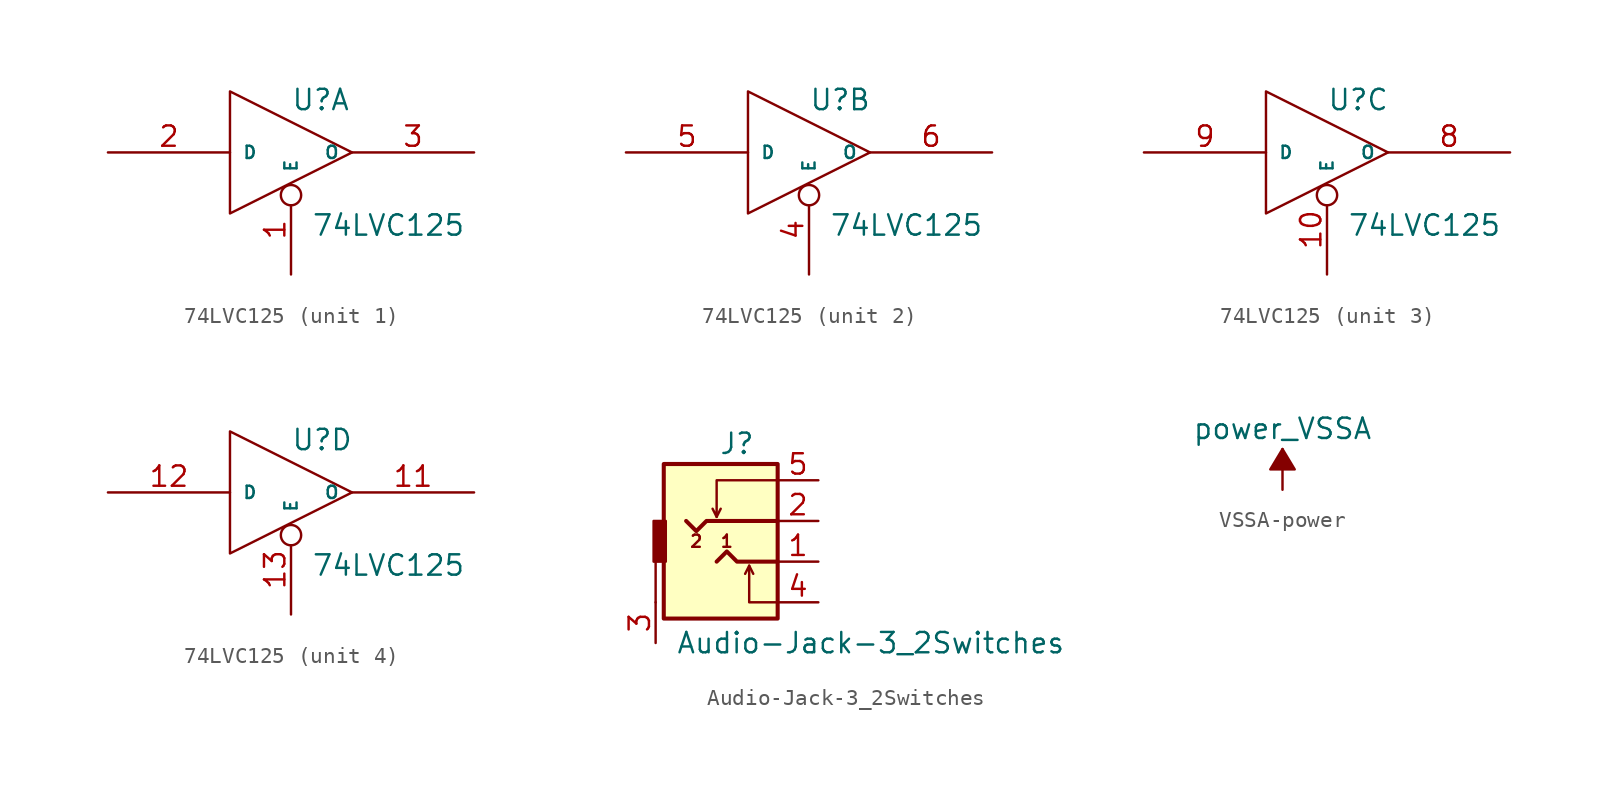
<source format=kicad_sym>
(kicad_symbol_lib
  (version 20231120)
  (generator "kicad_symbol_editor")
  (generator_version "8.0")
  (symbol "74LVC125"
    (pin_names
      (offset 0.762))
    (property "Reference" "U"
      (at 0 2.54 0)
      (effects (font (size 1.27 1.27)) (justify left bottom)))
    (property "Value" "74LVC125"
      (at 1.27 -3.81 0)
      (effects (font (size 1.27 1.27)) (justify left top)))
    (symbol "74LVC125_0_0"
      (pin power_in line (at -3.81 3.81 270) (length 0) hide (name "VCC" (effects (font (size 0.762 0.762)))) (number "14" (effects (font (size 1.27 1.27)))))
      (pin power_in line (at -3.81 -3.81 90) (length 0) hide (name "GND" (effects (font (size 0.762 0.762)))) (number "7" (effects (font (size 1.27 1.27))))))
    (symbol "74LVC125_0_1"
      (polyline (pts (xy -3.81 3.81) (xy -3.81 -3.81) (xy 3.81 0) (xy -3.81 3.81)) (stroke (width 0) (type solid)) (fill (type none))))
    (symbol "74LVC125_1_0"
      (pin input inverted (at 0 -7.62 90) (length 5.588) (name "E" (effects (font (size 0.762 0.762)))) (number "1" (effects (font (size 1.27 1.27))))))
    (symbol "74LVC125_1_1"
      (pin input line (at -11.43 0 0) (length 7.62) (name "D" (effects (font (size 0.762 0.762)))) (number "2" (effects (font (size 1.27 1.27)))))
      (pin tri_state line (at 11.43 0 180) (length 7.62) (name "O" (effects (font (size 0.762 0.762)))) (number "3" (effects (font (size 1.27 1.27))))))
    (symbol "74LVC125_2_0"
      (pin input inverted (at 0 -7.62 90) (length 5.588) (name "E" (effects (font (size 0.762 0.762)))) (number "4" (effects (font (size 1.27 1.27))))))
    (symbol "74LVC125_2_1"
      (pin input line (at -11.43 0 0) (length 7.62) (name "D" (effects (font (size 0.762 0.762)))) (number "5" (effects (font (size 1.27 1.27)))))
      (pin tri_state line (at 11.43 0 180) (length 7.62) (name "O" (effects (font (size 0.762 0.762)))) (number "6" (effects (font (size 1.27 1.27))))))
    (symbol "74LVC125_3_0"
      (pin input inverted (at 0 -7.62 90) (length 5.588) (name "E" (effects (font (size 0.762 0.762)))) (number "10" (effects (font (size 1.27 1.27))))))
    (symbol "74LVC125_3_1"
      (pin tri_state line (at 11.43 0 180) (length 7.62) (name "O" (effects (font (size 0.762 0.762)))) (number "8" (effects (font (size 1.27 1.27)))))
      (pin input line (at -11.43 0 0) (length 7.62) (name "D" (effects (font (size 0.762 0.762)))) (number "9" (effects (font (size 1.27 1.27))))))
    (symbol "74LVC125_4_0"
      (pin input inverted (at 0 -7.62 90) (length 5.588) (name "E" (effects (font (size 0.762 0.762)))) (number "13" (effects (font (size 1.27 1.27))))))
    (symbol "74LVC125_4_1"
      (pin tri_state line (at 11.43 0 180) (length 7.62) (name "O" (effects (font (size 0.762 0.762)))) (number "11" (effects (font (size 1.27 1.27)))))
      (pin input line (at -11.43 0 0) (length 7.62) (name "D" (effects (font (size 0.762 0.762)))) (number "12" (effects (font (size 1.27 1.27)))))))
  (symbol "Audio-Jack-3_2Switches"
    (pin_names
      (offset 1.016))
    (property "Reference" "J"
      (at 0 7.366 0)
      (effects (font (size 1.27 1.27))))
    (property "Value" "Audio-Jack-3_2Switches"
      (at -3.81 -5.08 0)
      (effects (font (size 1.27 1.27)) (justify left)))
    (symbol "Audio-Jack-3_2Switches_0_0"
      (rectangle (start -4.572 6.096) (end 2.54 -3.556) (stroke (width 0.254) (type solid)) (fill (type background)))
      (polyline (pts (xy -5.08 -2.54) (xy -5.08 0)) (stroke (width 0) (type solid)) (fill (type none)))
      (polyline (pts (xy -1.27 2.794) (xy -1.016 3.302)) (stroke (width 0) (type solid)) (fill (type none)))
      (polyline (pts (xy 1.016 -0.762) (xy 0.762 -0.254)) (stroke (width 0) (type solid)) (fill (type none)))
      (polyline (pts (xy 2.54 -2.54) (xy 0.762 -2.54) (xy 0.762 -0.254) (xy 0.508 -0.762)) (stroke (width 0) (type solid)) (fill (type none)))
      (polyline (pts (xy 2.54 5.08) (xy -1.27 5.08) (xy -1.27 2.794) (xy -1.524 3.302)) (stroke (width 0) (type solid)) (fill (type none)))
      (text "1" (at -0.635 1.27 0) (effects (font (size 0.762 0.762))))
      (text "2" (at -2.54 1.27 0) (effects (font (size 0.762 0.762)))))
    (symbol "Audio-Jack-3_2Switches_0_1"
      (rectangle (start -4.445 0) (end -5.207 2.54) (stroke (width 0) (type solid)) (fill (type outline)))
      (polyline (pts (xy -1.27 0) (xy -0.635 0.635) (xy 0 0) (xy 2.54 0)) (stroke (width 0.254) (type solid)) (fill (type none)))
      (polyline (pts (xy 2.54 2.54) (xy -1.905 2.54) (xy -2.54 1.905) (xy -3.175 2.54)) (stroke (width 0.254) (type solid)) (fill (type none))))
    (symbol "Audio-Jack-3_2Switches_1_1"
      (pin passive line (at 5.08 0 180) (length 2.54) (name "~" (effects (font (size 1.27 1.27)))) (number "1" (effects (font (size 1.27 1.27)))))
      (pin passive line (at 5.08 2.54 180) (length 2.54) (name "~" (effects (font (size 1.27 1.27)))) (number "2" (effects (font (size 1.27 1.27)))))
      (pin passive line (at -5.08 -5.08 90) (length 2.54) (name "~" (effects (font (size 1.27 1.27)))) (number "3" (effects (font (size 1.27 1.27)))))
      (pin passive line (at 5.08 -2.54 180) (length 2.54) (name "~" (effects (font (size 1.27 1.27)))) (number "4" (effects (font (size 1.27 1.27)))))
      (pin passive line (at 5.08 5.08 180) (length 2.54) (name "~" (effects (font (size 1.27 1.27)))) (number "5" (effects (font (size 1.27 1.27)))))))
  (symbol "VSSA-power"
    (power)
    (pin_names
      (offset 0))
    (property "Reference" "#PWR"
      (at 0 -3.81 0)
      (effects (font (size 1.27 1.27)) (hide yes)))
    (property "Value" "power_VSSA"
      (at 0 3.81 0)
      (effects (font (size 1.27 1.27))))
    (symbol "VSSA-power_0_1"
      (polyline (pts (xy 0 0) (xy 0 2.54)) (stroke (width 0) (type solid)) (fill (type none)))
      (polyline (pts (xy 0.762 1.27) (xy -0.762 1.27) (xy 0 2.54) (xy 0.762 1.27)) (stroke (width 0) (type solid)) (fill (type outline))))
    (symbol "VSSA-power_1_1"
      (pin power_in line (at 0 0 90) (length 0) hide (name "VSSA" (effects (font (size 1.27 1.27)))) (number "1" (effects (font (size 1.27 1.27))))))))
</source>
